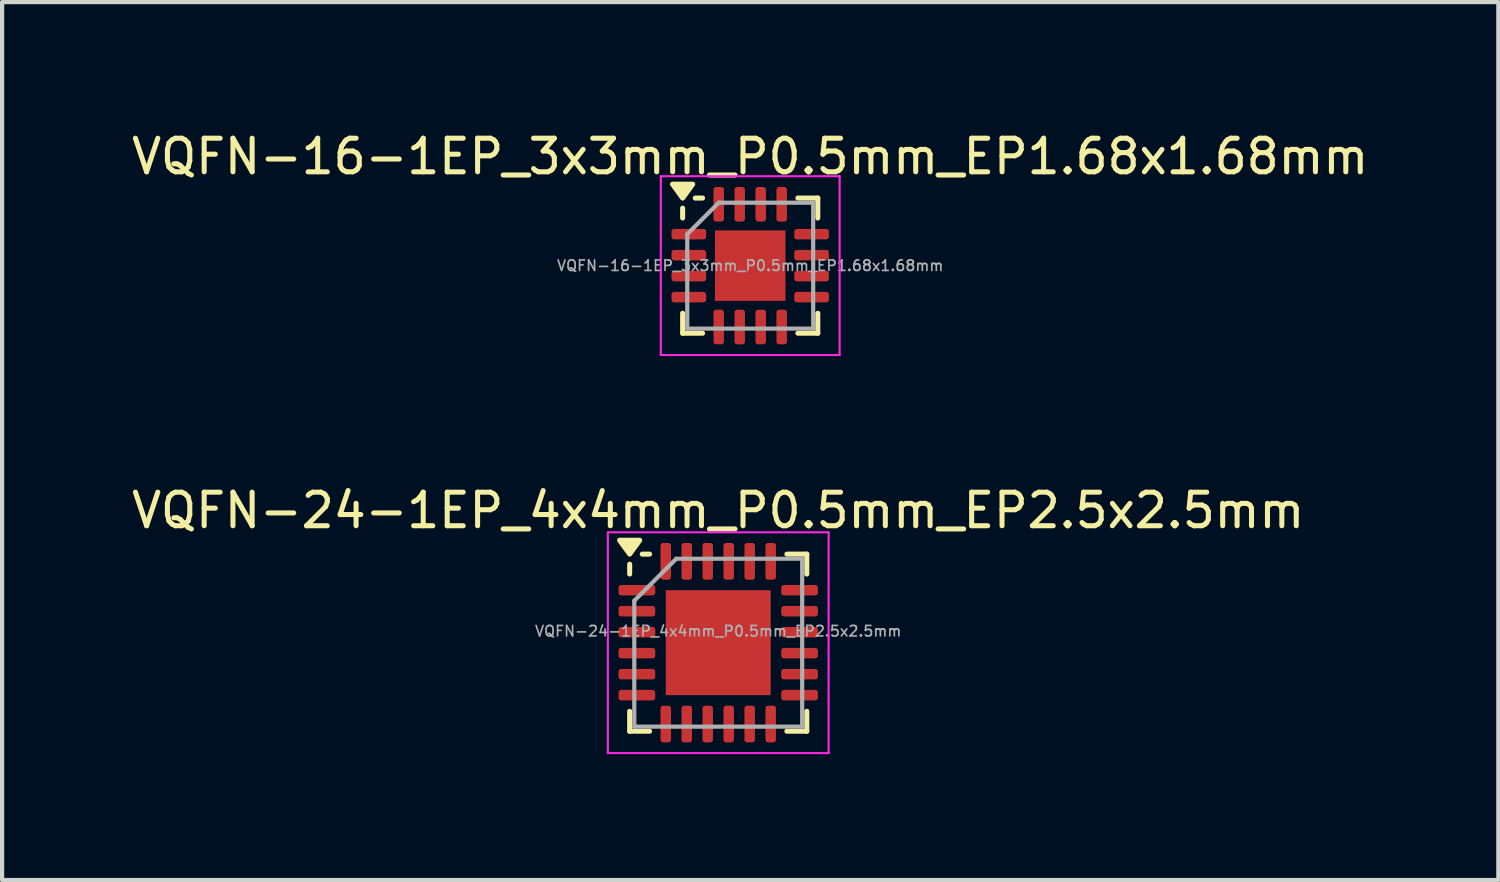
<source format=kicad_pcb>
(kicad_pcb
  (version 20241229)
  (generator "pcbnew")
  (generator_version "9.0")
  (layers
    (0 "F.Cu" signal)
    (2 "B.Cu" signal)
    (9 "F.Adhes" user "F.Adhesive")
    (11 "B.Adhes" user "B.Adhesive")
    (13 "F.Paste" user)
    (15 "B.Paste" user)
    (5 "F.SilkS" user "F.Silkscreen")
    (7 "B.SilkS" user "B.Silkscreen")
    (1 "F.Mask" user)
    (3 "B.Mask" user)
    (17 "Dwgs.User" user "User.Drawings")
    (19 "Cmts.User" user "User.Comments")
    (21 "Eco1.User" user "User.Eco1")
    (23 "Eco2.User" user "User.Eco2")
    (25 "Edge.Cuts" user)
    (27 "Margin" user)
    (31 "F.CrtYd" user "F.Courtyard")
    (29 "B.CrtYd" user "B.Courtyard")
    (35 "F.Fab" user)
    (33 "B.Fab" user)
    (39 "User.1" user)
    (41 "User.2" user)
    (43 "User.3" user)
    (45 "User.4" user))
  (footprint "VQFN-24-1EP_4x4mm_P0.5mm_EP2.5x2.5mm"
    (layer "F.Cu")
    (at 14.062 12.262)
    (property "Reference" "VQFN-24-1EP_4x4mm_P0.5mm_EP2.5x2.5mm" (at 0 -3.15 0) (layer "F.SilkS") (effects (font (size 0.8 0.8) (thickness 0.12))))
    (attr smd)
    (fp_line (start -2.11 -1.635) (end -2.11 -1.87) (stroke (width 0.12) (type solid)) (layer "F.SilkS"))
    (fp_line (start -2.11 2.11) (end -2.11 1.635) (stroke (width 0.12) (type solid)) (layer "F.SilkS"))
    (fp_line (start -1.635 -2.11) (end -1.81 -2.11) (stroke (width 0.12) (type solid)) (layer "F.SilkS"))
    (fp_line (start -1.635 2.11) (end -2.11 2.11) (stroke (width 0.12) (type solid)) (layer "F.SilkS"))
    (fp_line (start 1.635 -2.11) (end 2.11 -2.11) (stroke (width 0.12) (type solid)) (layer "F.SilkS"))
    (fp_line (start 1.635 2.11) (end 2.11 2.11) (stroke (width 0.12) (type solid)) (layer "F.SilkS"))
    (fp_line (start 2.11 -2.11) (end 2.11 -1.635) (stroke (width 0.12) (type solid)) (layer "F.SilkS"))
    (fp_line (start 2.11 2.11) (end 2.11 1.635) (stroke (width 0.12) (type solid)) (layer "F.SilkS"))
    (fp_poly (pts (xy -2.11 -2.11) (xy -2.35 -2.44) (xy -1.87 -2.44) (xy -2.11 -2.11)) (stroke (width 0.12) (type solid)) (fill yes) (layer "F.SilkS"))
    (fp_line (start -2.63 -2.63) (end -2.63 2.63) (stroke (width 0.05) (type solid)) (layer "F.CrtYd"))
    (fp_line (start -2.63 2.63) (end 2.63 2.63) (stroke (width 0.05) (type solid)) (layer "F.CrtYd"))
    (fp_line (start 2.63 -2.63) (end -2.63 -2.63) (stroke (width 0.05) (type solid)) (layer "F.CrtYd"))
    (fp_line (start 2.63 2.63) (end 2.63 -2.63) (stroke (width 0.05) (type solid)) (layer "F.CrtYd"))
    (fp_line (start -2 -1) (end -1 -2) (stroke (width 0.1) (type solid)) (layer "F.Fab"))
    (fp_line (start -2 2) (end -2 -1) (stroke (width 0.1) (type solid)) (layer "F.Fab"))
    (fp_line (start -1 -2) (end 2 -2) (stroke (width 0.1) (type solid)) (layer "F.Fab"))
    (fp_line (start 2 -2) (end 2 2) (stroke (width 0.1) (type solid)) (layer "F.Fab"))
    (fp_line (start 2 2) (end -2 2) (stroke (width 0.1) (type solid)) (layer "F.Fab"))
    (fp_text user "${REFERENCE}" (at 0 -0.275 0) (layer "F.Fab") (effects (font (size 0.25 0.25) (thickness 0.04))))
    (pad "" smd roundrect (at -0.625 -0.625) (size 1.01 1.01) (layers "F.Paste") (roundrect_rratio 0.248))
    (pad "" smd roundrect (at -0.625 0.625) (size 1.01 1.01) (layers "F.Paste") (roundrect_rratio 0.248))
    (pad "" smd roundrect (at 0.625 -0.625) (size 1.01 1.01) (layers "F.Paste") (roundrect_rratio 0.248))
    (pad "" smd roundrect (at 0.625 0.625) (size 1.01 1.01) (layers "F.Paste") (roundrect_rratio 0.248))
    (pad "1" smd roundrect (at -1.938 -1.25) (size 0.875 0.25) (layers "F.Cu" "F.Mask" "F.Paste") (roundrect_rratio 0.25))
    (pad "2" smd roundrect (at -1.938 -0.75) (size 0.875 0.25) (layers "F.Cu" "F.Mask" "F.Paste") (roundrect_rratio 0.25))
    (pad "3" smd roundrect (at -1.938 -0.25) (size 0.875 0.25) (layers "F.Cu" "F.Mask" "F.Paste") (roundrect_rratio 0.25))
    (pad "4" smd roundrect (at -1.938 0.25) (size 0.875 0.25) (layers "F.Cu" "F.Mask" "F.Paste") (roundrect_rratio 0.25))
    (pad "5" smd roundrect (at -1.938 0.75) (size 0.875 0.25) (layers "F.Cu" "F.Mask" "F.Paste") (roundrect_rratio 0.25))
    (pad "6" smd roundrect (at -1.938 1.25) (size 0.875 0.25) (layers "F.Cu" "F.Mask" "F.Paste") (roundrect_rratio 0.25))
    (pad "7" smd roundrect (at -1.25 1.938) (size 0.25 0.875) (layers "F.Cu" "F.Mask" "F.Paste") (roundrect_rratio 0.25))
    (pad "8" smd roundrect (at -0.75 1.938) (size 0.25 0.875) (layers "F.Cu" "F.Mask" "F.Paste") (roundrect_rratio 0.25))
    (pad "9" smd roundrect (at -0.25 1.938) (size 0.25 0.875) (layers "F.Cu" "F.Mask" "F.Paste") (roundrect_rratio 0.25))
    (pad "10" smd roundrect (at 0.25 1.938) (size 0.25 0.875) (layers "F.Cu" "F.Mask" "F.Paste") (roundrect_rratio 0.25))
    (pad "11" smd roundrect (at 0.75 1.938) (size 0.25 0.875) (layers "F.Cu" "F.Mask" "F.Paste") (roundrect_rratio 0.25))
    (pad "12" smd roundrect (at 1.25 1.938) (size 0.25 0.875) (layers "F.Cu" "F.Mask" "F.Paste") (roundrect_rratio 0.25))
    (pad "13" smd roundrect (at 1.938 1.25) (size 0.875 0.25) (layers "F.Cu" "F.Mask" "F.Paste") (roundrect_rratio 0.25))
    (pad "14" smd roundrect (at 1.938 0.75) (size 0.875 0.25) (layers "F.Cu" "F.Mask" "F.Paste") (roundrect_rratio 0.25))
    (pad "15" smd roundrect (at 1.938 0.25) (size 0.875 0.25) (layers "F.Cu" "F.Mask" "F.Paste") (roundrect_rratio 0.25))
    (pad "16" smd roundrect (at 1.938 -0.25) (size 0.875 0.25) (layers "F.Cu" "F.Mask" "F.Paste") (roundrect_rratio 0.25))
    (pad "17" smd roundrect (at 1.938 -0.75) (size 0.875 0.25) (layers "F.Cu" "F.Mask" "F.Paste") (roundrect_rratio 0.25))
    (pad "18" smd roundrect (at 1.938 -1.25) (size 0.875 0.25) (layers "F.Cu" "F.Mask" "F.Paste") (roundrect_rratio 0.25))
    (pad "19" smd roundrect (at 1.25 -1.938) (size 0.25 0.875) (layers "F.Cu" "F.Mask" "F.Paste") (roundrect_rratio 0.25))
    (pad "20" smd roundrect (at 0.75 -1.938) (size 0.25 0.875) (layers "F.Cu" "F.Mask" "F.Paste") (roundrect_rratio 0.25))
    (pad "21" smd roundrect (at 0.25 -1.938) (size 0.25 0.875) (layers "F.Cu" "F.Mask" "F.Paste") (roundrect_rratio 0.25))
    (pad "22" smd roundrect (at -0.25 -1.938) (size 0.25 0.875) (layers "F.Cu" "F.Mask" "F.Paste") (roundrect_rratio 0.25))
    (pad "23" smd roundrect (at -0.75 -1.938) (size 0.25 0.875) (layers "F.Cu" "F.Mask" "F.Paste") (roundrect_rratio 0.25))
    (pad "24" smd roundrect (at -1.25 -1.938) (size 0.25 0.875) (layers "F.Cu" "F.Mask" "F.Paste") (roundrect_rratio 0.25))
    (pad "25" smd rect (at 0 0) (size 2.5 2.5) (property pad_prop_heatsink) (layers "F.Cu" "F.Mask")))
  (footprint "VQFN-16-1EP_3x3mm_P0.5mm_EP1.68x1.68mm"
    (layer "F.Cu")
    (at 14.824 3.279)
    (property "Reference" "VQFN-16-1EP_3x3mm_P0.5mm_EP1.68x1.68mm" (at 0 -2.6 0) (layer "F.SilkS") (effects (font (size 0.8 0.8) (thickness 0.12))))
    (attr smd)
    (fp_line (start -1.61 -1.135) (end -1.61 -1.37) (stroke (width 0.12) (type solid)) (layer "F.SilkS"))
    (fp_line (start -1.61 1.61) (end -1.61 1.135) (stroke (width 0.12) (type solid)) (layer "F.SilkS"))
    (fp_line (start -1.135 -1.61) (end -1.31 -1.61) (stroke (width 0.12) (type solid)) (layer "F.SilkS"))
    (fp_line (start -1.135 1.61) (end -1.61 1.61) (stroke (width 0.12) (type solid)) (layer "F.SilkS"))
    (fp_line (start 1.135 -1.61) (end 1.61 -1.61) (stroke (width 0.12) (type solid)) (layer "F.SilkS"))
    (fp_line (start 1.135 1.61) (end 1.61 1.61) (stroke (width 0.12) (type solid)) (layer "F.SilkS"))
    (fp_line (start 1.61 -1.61) (end 1.61 -1.135) (stroke (width 0.12) (type solid)) (layer "F.SilkS"))
    (fp_line (start 1.61 1.61) (end 1.61 1.135) (stroke (width 0.12) (type solid)) (layer "F.SilkS"))
    (fp_poly (pts (xy -1.61 -1.61) (xy -1.85 -1.94) (xy -1.37 -1.94) (xy -1.61 -1.61)) (stroke (width 0.12) (type solid)) (fill yes) (layer "F.SilkS"))
    (fp_line (start -2.13 -2.13) (end -2.13 2.13) (stroke (width 0.05) (type solid)) (layer "F.CrtYd"))
    (fp_line (start -2.13 2.13) (end 2.13 2.13) (stroke (width 0.05) (type solid)) (layer "F.CrtYd"))
    (fp_line (start 2.13 -2.13) (end -2.13 -2.13) (stroke (width 0.05) (type solid)) (layer "F.CrtYd"))
    (fp_line (start 2.13 2.13) (end 2.13 -2.13) (stroke (width 0.05) (type solid)) (layer "F.CrtYd"))
    (fp_line (start -1.5 -0.75) (end -0.75 -1.5) (stroke (width 0.1) (type solid)) (layer "F.Fab"))
    (fp_line (start -1.5 1.5) (end -1.5 -0.75) (stroke (width 0.1) (type solid)) (layer "F.Fab"))
    (fp_line (start -0.75 -1.5) (end 1.5 -1.5) (stroke (width 0.1) (type solid)) (layer "F.Fab"))
    (fp_line (start 1.5 -1.5) (end 1.5 1.5) (stroke (width 0.1) (type solid)) (layer "F.Fab"))
    (fp_line (start 1.5 1.5) (end -1.5 1.5) (stroke (width 0.1) (type solid)) (layer "F.Fab"))
    (fp_text user "${REFERENCE}" (at 0 0 0) (layer "F.Fab") (effects (font (size 0.25 0.25) (thickness 0.04))))
    (pad "" smd roundrect (at -0.42 -0.42) (size 0.68 0.68) (layers "F.Paste") (roundrect_rratio 0.25))
    (pad "" smd roundrect (at -0.42 0.42) (size 0.68 0.68) (layers "F.Paste") (roundrect_rratio 0.25))
    (pad "" smd roundrect (at 0.42 -0.42) (size 0.68 0.68) (layers "F.Paste") (roundrect_rratio 0.25))
    (pad "" smd roundrect (at 0.42 0.42) (size 0.68 0.68) (layers "F.Paste") (roundrect_rratio 0.25))
    (pad "1" smd roundrect (at -1.462 -0.75) (size 0.825 0.25) (layers "F.Cu" "F.Mask" "F.Paste") (roundrect_rratio 0.25))
    (pad "2" smd roundrect (at -1.462 -0.25) (size 0.825 0.25) (layers "F.Cu" "F.Mask" "F.Paste") (roundrect_rratio 0.25))
    (pad "3" smd roundrect (at -1.462 0.25) (size 0.825 0.25) (layers "F.Cu" "F.Mask" "F.Paste") (roundrect_rratio 0.25))
    (pad "4" smd roundrect (at -1.462 0.75) (size 0.825 0.25) (layers "F.Cu" "F.Mask" "F.Paste") (roundrect_rratio 0.25))
    (pad "5" smd roundrect (at -0.75 1.462) (size 0.25 0.825) (layers "F.Cu" "F.Mask" "F.Paste") (roundrect_rratio 0.25))
    (pad "6" smd roundrect (at -0.25 1.462) (size 0.25 0.825) (layers "F.Cu" "F.Mask" "F.Paste") (roundrect_rratio 0.25))
    (pad "7" smd roundrect (at 0.25 1.462) (size 0.25 0.825) (layers "F.Cu" "F.Mask" "F.Paste") (roundrect_rratio 0.25))
    (pad "8" smd roundrect (at 0.75 1.462) (size 0.25 0.825) (layers "F.Cu" "F.Mask" "F.Paste") (roundrect_rratio 0.25))
    (pad "9" smd roundrect (at 1.462 0.75) (size 0.825 0.25) (layers "F.Cu" "F.Mask" "F.Paste") (roundrect_rratio 0.25))
    (pad "10" smd roundrect (at 1.462 0.25) (size 0.825 0.25) (layers "F.Cu" "F.Mask" "F.Paste") (roundrect_rratio 0.25))
    (pad "11" smd roundrect (at 1.462 -0.25) (size 0.825 0.25) (layers "F.Cu" "F.Mask" "F.Paste") (roundrect_rratio 0.25))
    (pad "12" smd roundrect (at 1.462 -0.75) (size 0.825 0.25) (layers "F.Cu" "F.Mask" "F.Paste") (roundrect_rratio 0.25))
    (pad "13" smd roundrect (at 0.75 -1.462) (size 0.25 0.825) (layers "F.Cu" "F.Mask" "F.Paste") (roundrect_rratio 0.25))
    (pad "14" smd roundrect (at 0.25 -1.462) (size 0.25 0.825) (layers "F.Cu" "F.Mask" "F.Paste") (roundrect_rratio 0.25))
    (pad "15" smd roundrect (at -0.25 -1.462) (size 0.25 0.825) (layers "F.Cu" "F.Mask" "F.Paste") (roundrect_rratio 0.25))
    (pad "16" smd roundrect (at -0.75 -1.462) (size 0.25 0.825) (layers "F.Cu" "F.Mask" "F.Paste") (roundrect_rratio 0.25))
    (pad "17" smd rect (at 0 0) (size 1.68 1.68) (property pad_prop_heatsink) (layers "F.Cu" "F.Mask")))
  (gr_rect
    (start -3 -3)
    (end 32.648 17.917)
    (stroke (width 0.1) (type default))
    (fill no)
    (layer "Edge.Cuts")))
</source>
